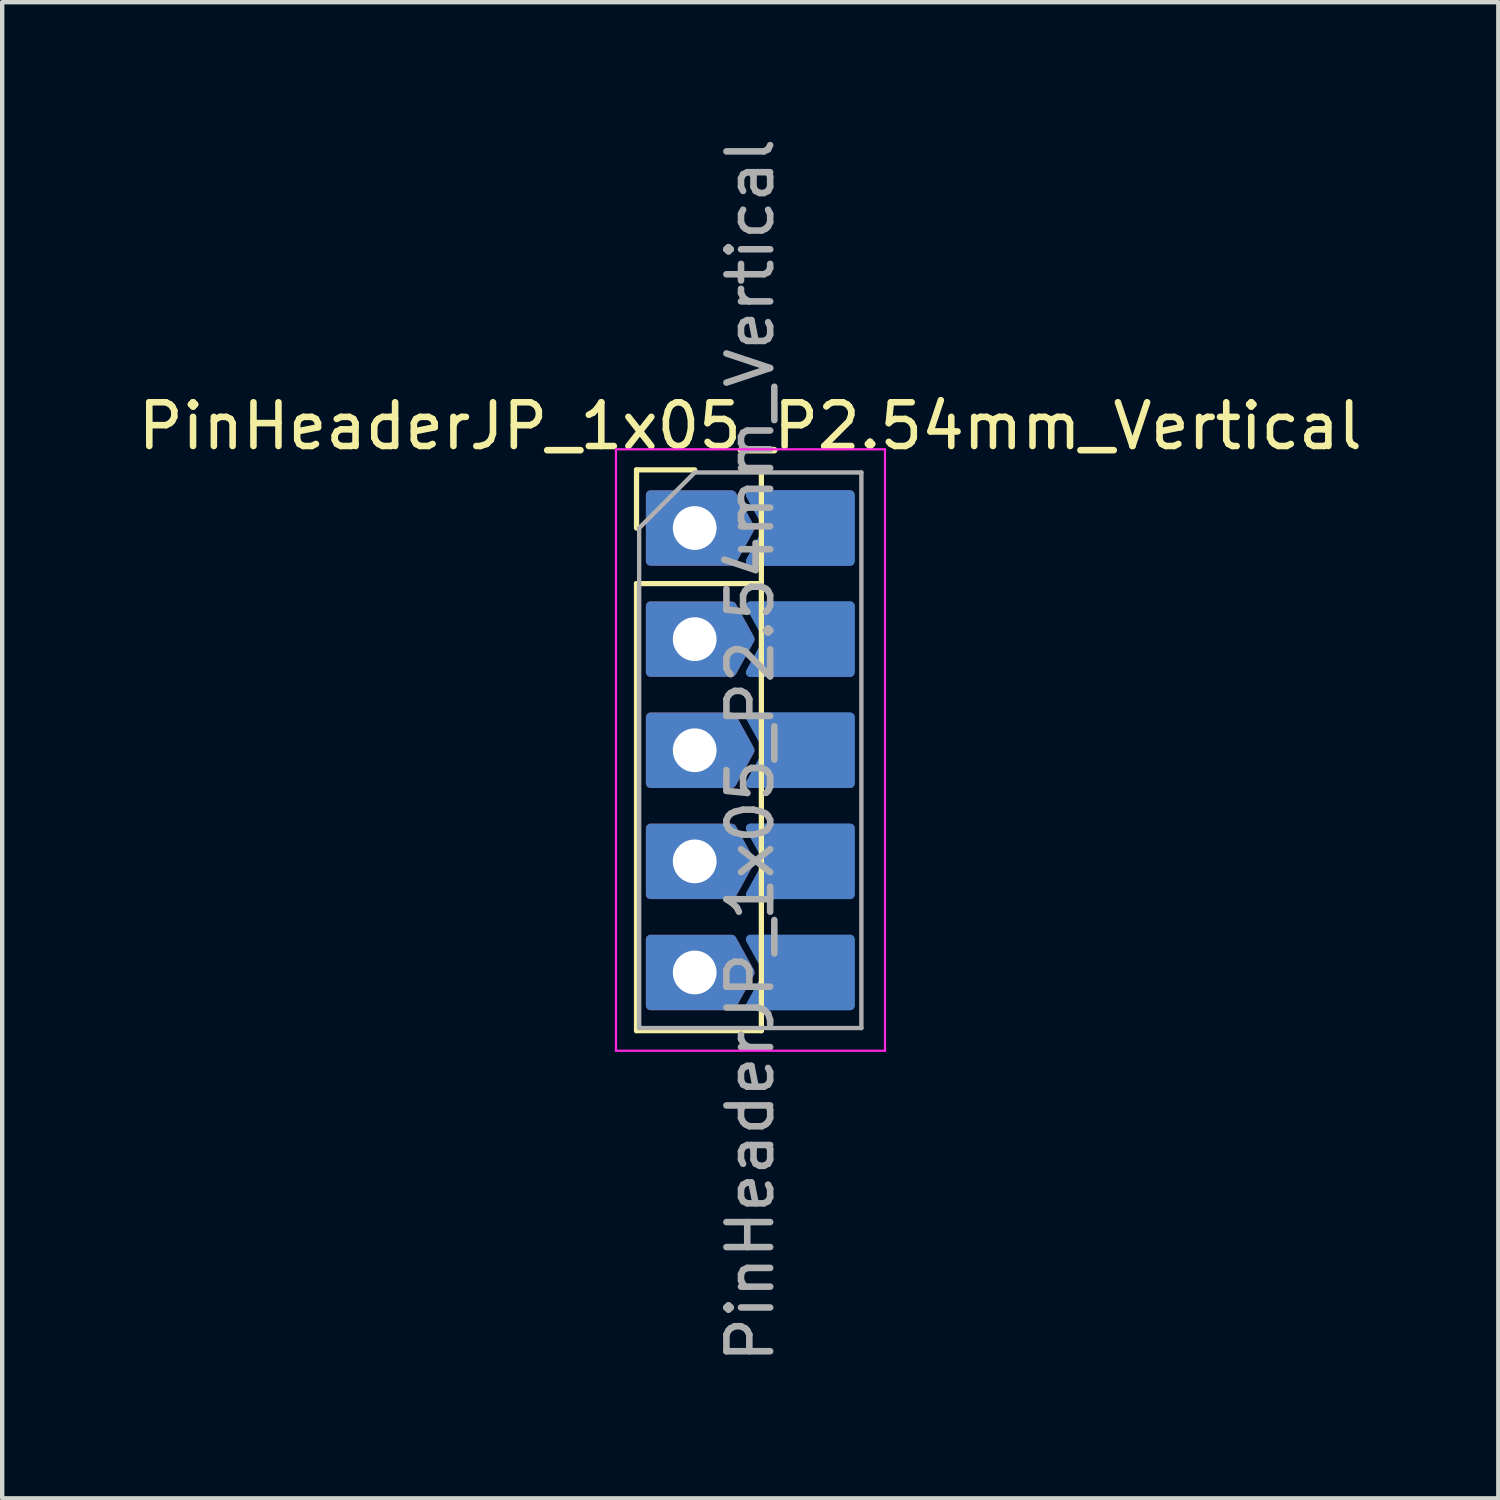
<source format=kicad_pcb>
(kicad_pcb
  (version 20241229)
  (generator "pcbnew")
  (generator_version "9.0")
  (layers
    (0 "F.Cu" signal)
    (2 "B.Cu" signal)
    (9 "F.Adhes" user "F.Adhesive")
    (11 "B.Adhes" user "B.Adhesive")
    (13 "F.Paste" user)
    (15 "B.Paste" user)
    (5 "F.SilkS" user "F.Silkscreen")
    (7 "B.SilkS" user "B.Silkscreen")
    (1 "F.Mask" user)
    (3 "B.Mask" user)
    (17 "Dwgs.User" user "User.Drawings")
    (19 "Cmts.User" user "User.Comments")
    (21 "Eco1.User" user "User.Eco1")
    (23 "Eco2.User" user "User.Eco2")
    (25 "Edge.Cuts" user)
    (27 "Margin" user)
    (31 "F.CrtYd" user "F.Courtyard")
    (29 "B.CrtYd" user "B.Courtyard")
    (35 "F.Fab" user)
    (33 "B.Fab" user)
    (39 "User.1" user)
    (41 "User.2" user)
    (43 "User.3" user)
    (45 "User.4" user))
  (footprint "PinHeaderJP_1x05_P2.54mm_Vertical"
    (layer "F.Cu")
    (at 12.831 9.021)
    (property "Reference" "PinHeaderJP_1x05_P2.54mm_Vertical" (at 1.27 -2.33 0) (layer "F.SilkS") (effects (font (size 1 1) (thickness 0.15))))
    (attr through_hole)
    (fp_poly (pts (xy 1.27 -0.762) (xy 1.69 0) (xy 1.27 0.762) (xy 3.556 0.762) (xy 3.556 -0.762)) (stroke (width 0.2) (type solid)) (fill yes) (layer "B.Cu"))
    (fp_poly (pts (xy 1.27 1.778) (xy 1.69 2.54) (xy 1.27 3.302) (xy 3.556 3.302) (xy 3.556 1.778)) (stroke (width 0.2) (type solid)) (fill yes) (layer "B.Cu"))
    (fp_poly (pts (xy 1.27 4.318) (xy 1.69 5.08) (xy 1.27 5.842) (xy 3.556 5.842) (xy 3.556 4.318)) (stroke (width 0.2) (type solid)) (fill yes) (layer "B.Cu"))
    (fp_poly (pts (xy 1.27 6.858) (xy 1.69 7.62) (xy 1.27 8.382) (xy 3.556 8.382) (xy 3.556 6.858)) (stroke (width 0.2) (type solid)) (fill yes) (layer "B.Cu"))
    (fp_poly (pts (xy 1.27 9.398) (xy 1.69 10.16) (xy 1.27 10.922) (xy 3.556 10.922) (xy 3.556 9.398)) (stroke (width 0.2) (type solid)) (fill yes) (layer "B.Cu"))
    (fp_line (start -1.33 -1.33) (end 0 -1.33) (stroke (width 0.12) (type solid)) (layer "F.SilkS"))
    (fp_line (start -1.33 0) (end -1.33 -1.33) (stroke (width 0.12) (type solid)) (layer "F.SilkS"))
    (fp_line (start -1.33 1.27) (end -1.33 11.49) (stroke (width 0.12) (type solid)) (layer "F.SilkS"))
    (fp_line (start -1.33 1.27) (end 1.524 1.27) (stroke (width 0.12) (type solid)) (layer "F.SilkS"))
    (fp_line (start -1.33 11.49) (end 1.524 11.49) (stroke (width 0.12) (type solid)) (layer "F.SilkS"))
    (fp_line (start 1.524 -1.33) (end 1.524 11.49) (stroke (width 0.12) (type solid)) (layer "F.SilkS"))
    (fp_line (start -1.8 -1.8) (end -1.8 11.95) (stroke (width 0.05) (type solid)) (layer "F.CrtYd"))
    (fp_line (start -1.8 11.95) (end 4.35 11.95) (stroke (width 0.05) (type solid)) (layer "F.CrtYd"))
    (fp_line (start 4.35 -1.8) (end -1.8 -1.8) (stroke (width 0.05) (type solid)) (layer "F.CrtYd"))
    (fp_line (start 4.35 11.95) (end 4.35 -1.8) (stroke (width 0.05) (type solid)) (layer "F.CrtYd"))
    (fp_line (start -1.27 0) (end 0 -1.27) (stroke (width 0.1) (type solid)) (layer "F.Fab"))
    (fp_line (start -1.27 11.43) (end -1.27 0) (stroke (width 0.1) (type solid)) (layer "F.Fab"))
    (fp_line (start 0 -1.27) (end 3.81 -1.27) (stroke (width 0.1) (type solid)) (layer "F.Fab"))
    (fp_line (start 3.81 -1.27) (end 3.81 11.43) (stroke (width 0.1) (type solid)) (layer "F.Fab"))
    (fp_line (start 3.81 11.43) (end -1.27 11.43) (stroke (width 0.1) (type solid)) (layer "F.Fab"))
    (fp_text user "${REFERENCE}" (at 1.27 5.08 90) (layer "F.Fab") (effects (font (size 1 1) (thickness 0.15))))
    (pad "1" thru_hole custom (at 0 0) (size 1.7 1.7) (drill 1) (layers "*.Cu" "*.Mask") (options (anchor rect)) (primitives (gr_poly (pts (xy -1.016 -0.762) (xy -1.016 0.762) (xy 0.85 0.762) (xy 1.27 0) (xy 0.85 -0.762)) (width 0.2) (fill yes))))
    (pad "2" smd custom (at 2.54 0) (size 1.7 1.7) (layers "B.Cu" "B.Mask" "B.Paste") (options (anchor circle)) (primitives (gr_poly (pts (xy 0.85 0) (xy 0.831 -0.177) (xy 0.777 -0.346) (xy 0.688 -0.5) (xy 0.569 -0.632) (xy 0.425 -0.736) (xy 0.263 -0.808) (xy 0.089 -0.845) (xy -0.089 -0.845) (xy -0.263 -0.808) (xy -0.425 -0.736) (xy -0.569 -0.632) (xy -0.688 -0.5) (xy -0.777 -0.346) (xy -0.831 -0.177) (xy -0.85 0) (xy -0.831 0.177) (xy -0.777 0.346) (xy -0.688 0.5) (xy -0.569 0.632) (xy -0.425 0.736) (xy -0.263 0.808) (xy -0.089 0.845) (xy 0.089 0.845) (xy 0.263 0.808) (xy 0.425 0.736) (xy 0.569 0.632) (xy 0.688 0.5) (xy 0.777 0.346) (xy 0.831 0.177) (xy 0.85 0)) (width 0) (fill yes)) (gr_poly (pts (xy -1.27 -0.762) (xy -0.85 0) (xy -1.27 0.762) (xy 1.016 0.762) (xy 1.016 -0.762)) (width 0.2) (fill yes))))
    (pad "3" thru_hole custom (at 0 2.54) (size 1.7 1.7) (drill 1) (layers "*.Cu" "*.Mask") (options (anchor circle)) (primitives (gr_poly (pts (xy 0.85 0) (xy 0.831 -0.177) (xy 0.777 -0.346) (xy 0.688 -0.5) (xy 0.569 -0.632) (xy 0.425 -0.736) (xy 0.263 -0.808) (xy 0.089 -0.845) (xy -0.089 -0.845) (xy -0.263 -0.808) (xy -0.425 -0.736) (xy -0.569 -0.632) (xy -0.688 -0.5) (xy -0.777 -0.346) (xy -0.831 -0.177) (xy -0.85 0) (xy -0.831 0.177) (xy -0.777 0.346) (xy -0.688 0.5) (xy -0.569 0.632) (xy -0.425 0.736) (xy -0.263 0.808) (xy -0.089 0.845) (xy 0.089 0.845) (xy 0.263 0.808) (xy 0.425 0.736) (xy 0.569 0.632) (xy 0.688 0.5) (xy 0.777 0.346) (xy 0.831 0.177) (xy 0.85 0)) (width 0) (fill yes)) (gr_poly (pts (xy -1.016 -0.762) (xy -1.016 0.762) (xy 0.85 0.762) (xy 1.27 0) (xy 0.85 -0.762)) (width 0.2) (fill yes))))
    (pad "4" smd custom (at 2.54 2.54) (size 1.7 1.7) (layers "B.Cu" "B.Mask" "B.Paste") (options (anchor circle)) (primitives (gr_poly (pts (xy 0.85 0) (xy 0.831 -0.177) (xy 0.777 -0.346) (xy 0.688 -0.5) (xy 0.569 -0.632) (xy 0.425 -0.736) (xy 0.263 -0.808) (xy 0.089 -0.845) (xy -0.089 -0.845) (xy -0.263 -0.808) (xy -0.425 -0.736) (xy -0.569 -0.632) (xy -0.688 -0.5) (xy -0.777 -0.346) (xy -0.831 -0.177) (xy -0.85 0) (xy -0.831 0.177) (xy -0.777 0.346) (xy -0.688 0.5) (xy -0.569 0.632) (xy -0.425 0.736) (xy -0.263 0.808) (xy -0.089 0.845) (xy 0.089 0.845) (xy 0.263 0.808) (xy 0.425 0.736) (xy 0.569 0.632) (xy 0.688 0.5) (xy 0.777 0.346) (xy 0.831 0.177) (xy 0.85 0)) (width 0) (fill yes)) (gr_poly (pts (xy -1.27 -0.762) (xy -0.85 0) (xy -1.27 0.762) (xy 1.016 0.762) (xy 1.016 -0.762)) (width 0.2) (fill yes))))
    (pad "5" thru_hole custom (at 0 5.08) (size 1.7 1.7) (drill 1) (layers "*.Cu" "*.Mask") (options (anchor circle)) (primitives (gr_poly (pts (xy 0.85 0) (xy 0.831 -0.177) (xy 0.777 -0.346) (xy 0.688 -0.5) (xy 0.569 -0.632) (xy 0.425 -0.736) (xy 0.263 -0.808) (xy 0.089 -0.845) (xy -0.089 -0.845) (xy -0.263 -0.808) (xy -0.425 -0.736) (xy -0.569 -0.632) (xy -0.688 -0.5) (xy -0.777 -0.346) (xy -0.831 -0.177) (xy -0.85 0) (xy -0.831 0.177) (xy -0.777 0.346) (xy -0.688 0.5) (xy -0.569 0.632) (xy -0.425 0.736) (xy -0.263 0.808) (xy -0.089 0.845) (xy 0.089 0.845) (xy 0.263 0.808) (xy 0.425 0.736) (xy 0.569 0.632) (xy 0.688 0.5) (xy 0.777 0.346) (xy 0.831 0.177) (xy 0.85 0)) (width 0) (fill yes)) (gr_poly (pts (xy -1.016 -0.762) (xy -1.016 0.762) (xy 0.85 0.762) (xy 1.27 0) (xy 0.85 -0.762)) (width 0.2) (fill yes))))
    (pad "6" smd custom (at 2.54 5.08) (size 1.7 1.7) (layers "B.Cu" "B.Mask" "B.Paste") (options (anchor circle)) (primitives (gr_poly (pts (xy 0.85 0) (xy 0.831 -0.177) (xy 0.777 -0.346) (xy 0.688 -0.5) (xy 0.569 -0.632) (xy 0.425 -0.736) (xy 0.263 -0.808) (xy 0.089 -0.845) (xy -0.089 -0.845) (xy -0.263 -0.808) (xy -0.425 -0.736) (xy -0.569 -0.632) (xy -0.688 -0.5) (xy -0.777 -0.346) (xy -0.831 -0.177) (xy -0.85 0) (xy -0.831 0.177) (xy -0.777 0.346) (xy -0.688 0.5) (xy -0.569 0.632) (xy -0.425 0.736) (xy -0.263 0.808) (xy -0.089 0.845) (xy 0.089 0.845) (xy 0.263 0.808) (xy 0.425 0.736) (xy 0.569 0.632) (xy 0.688 0.5) (xy 0.777 0.346) (xy 0.831 0.177) (xy 0.85 0)) (width 0) (fill yes)) (gr_poly (pts (xy -1.27 -0.762) (xy -0.85 0) (xy -1.27 0.762) (xy 1.016 0.762) (xy 1.016 -0.762)) (width 0.2) (fill yes))))
    (pad "7" thru_hole custom (at 0 7.62) (size 1.7 1.7) (drill 1) (layers "*.Cu" "*.Mask") (options (anchor circle)) (primitives (gr_poly (pts (xy 0.85 0) (xy 0.831 -0.177) (xy 0.777 -0.346) (xy 0.688 -0.5) (xy 0.569 -0.632) (xy 0.425 -0.736) (xy 0.263 -0.808) (xy 0.089 -0.845) (xy -0.089 -0.845) (xy -0.263 -0.808) (xy -0.425 -0.736) (xy -0.569 -0.632) (xy -0.688 -0.5) (xy -0.777 -0.346) (xy -0.831 -0.177) (xy -0.85 0) (xy -0.831 0.177) (xy -0.777 0.346) (xy -0.688 0.5) (xy -0.569 0.632) (xy -0.425 0.736) (xy -0.263 0.808) (xy -0.089 0.845) (xy 0.089 0.845) (xy 0.263 0.808) (xy 0.425 0.736) (xy 0.569 0.632) (xy 0.688 0.5) (xy 0.777 0.346) (xy 0.831 0.177) (xy 0.85 0)) (width 0) (fill yes)) (gr_poly (pts (xy -1.016 -0.762) (xy -1.016 0.762) (xy 0.85 0.762) (xy 1.27 0) (xy 0.85 -0.762)) (width 0.2) (fill yes))))
    (pad "8" smd custom (at 2.54 7.62) (size 1.7 1.7) (layers "B.Cu" "B.Mask" "B.Paste") (options (anchor circle)) (primitives (gr_poly (pts (xy 0.85 0) (xy 0.831 -0.177) (xy 0.777 -0.346) (xy 0.688 -0.5) (xy 0.569 -0.632) (xy 0.425 -0.736) (xy 0.263 -0.808) (xy 0.089 -0.845) (xy -0.089 -0.845) (xy -0.263 -0.808) (xy -0.425 -0.736) (xy -0.569 -0.632) (xy -0.688 -0.5) (xy -0.777 -0.346) (xy -0.831 -0.177) (xy -0.85 0) (xy -0.831 0.177) (xy -0.777 0.346) (xy -0.688 0.5) (xy -0.569 0.632) (xy -0.425 0.736) (xy -0.263 0.808) (xy -0.089 0.845) (xy 0.089 0.845) (xy 0.263 0.808) (xy 0.425 0.736) (xy 0.569 0.632) (xy 0.688 0.5) (xy 0.777 0.346) (xy 0.831 0.177) (xy 0.85 0)) (width 0) (fill yes)) (gr_poly (pts (xy -1.27 -0.762) (xy -0.85 0) (xy -1.27 0.762) (xy 1.016 0.762) (xy 1.016 -0.762)) (width 0.2) (fill yes))))
    (pad "9" thru_hole custom (at 0 10.16) (size 1.7 1.7) (drill 1) (layers "*.Cu" "*.Mask") (options (anchor circle)) (primitives (gr_poly (pts (xy 0.85 0) (xy 0.831 -0.177) (xy 0.777 -0.346) (xy 0.688 -0.5) (xy 0.569 -0.632) (xy 0.425 -0.736) (xy 0.263 -0.808) (xy 0.089 -0.845) (xy -0.089 -0.845) (xy -0.263 -0.808) (xy -0.425 -0.736) (xy -0.569 -0.632) (xy -0.688 -0.5) (xy -0.777 -0.346) (xy -0.831 -0.177) (xy -0.85 0) (xy -0.831 0.177) (xy -0.777 0.346) (xy -0.688 0.5) (xy -0.569 0.632) (xy -0.425 0.736) (xy -0.263 0.808) (xy -0.089 0.845) (xy 0.089 0.845) (xy 0.263 0.808) (xy 0.425 0.736) (xy 0.569 0.632) (xy 0.688 0.5) (xy 0.777 0.346) (xy 0.831 0.177) (xy 0.85 0)) (width 0) (fill yes)) (gr_poly (pts (xy -1.016 -0.762) (xy -1.016 0.762) (xy 0.85 0.762) (xy 1.27 0) (xy 0.85 -0.762)) (width 0.2) (fill yes))))
    (pad "10" smd custom (at 2.54 10.16) (size 1.7 1.7) (layers "B.Cu" "B.Mask" "B.Paste") (options (anchor circle)) (primitives (gr_poly (pts (xy 0.85 0) (xy 0.831 -0.177) (xy 0.777 -0.346) (xy 0.688 -0.5) (xy 0.569 -0.632) (xy 0.425 -0.736) (xy 0.263 -0.808) (xy 0.089 -0.845) (xy -0.089 -0.845) (xy -0.263 -0.808) (xy -0.425 -0.736) (xy -0.569 -0.632) (xy -0.688 -0.5) (xy -0.777 -0.346) (xy -0.831 -0.177) (xy -0.85 0) (xy -0.831 0.177) (xy -0.777 0.346) (xy -0.688 0.5) (xy -0.569 0.632) (xy -0.425 0.736) (xy -0.263 0.808) (xy -0.089 0.845) (xy 0.089 0.845) (xy 0.263 0.808) (xy 0.425 0.736) (xy 0.569 0.632) (xy 0.688 0.5) (xy 0.777 0.346) (xy 0.831 0.177) (xy 0.85 0)) (width 0) (fill yes)) (gr_poly (pts (xy -1.27 -0.762) (xy -0.85 0) (xy -1.27 0.762) (xy 1.016 0.762) (xy 1.016 -0.762)) (width 0.2) (fill yes)))))
  (gr_rect
    (start -3 -3)
    (end 31.202 31.202)
    (stroke (width 0.1) (type default))
    (fill no)
    (layer "Edge.Cuts")))
</source>
